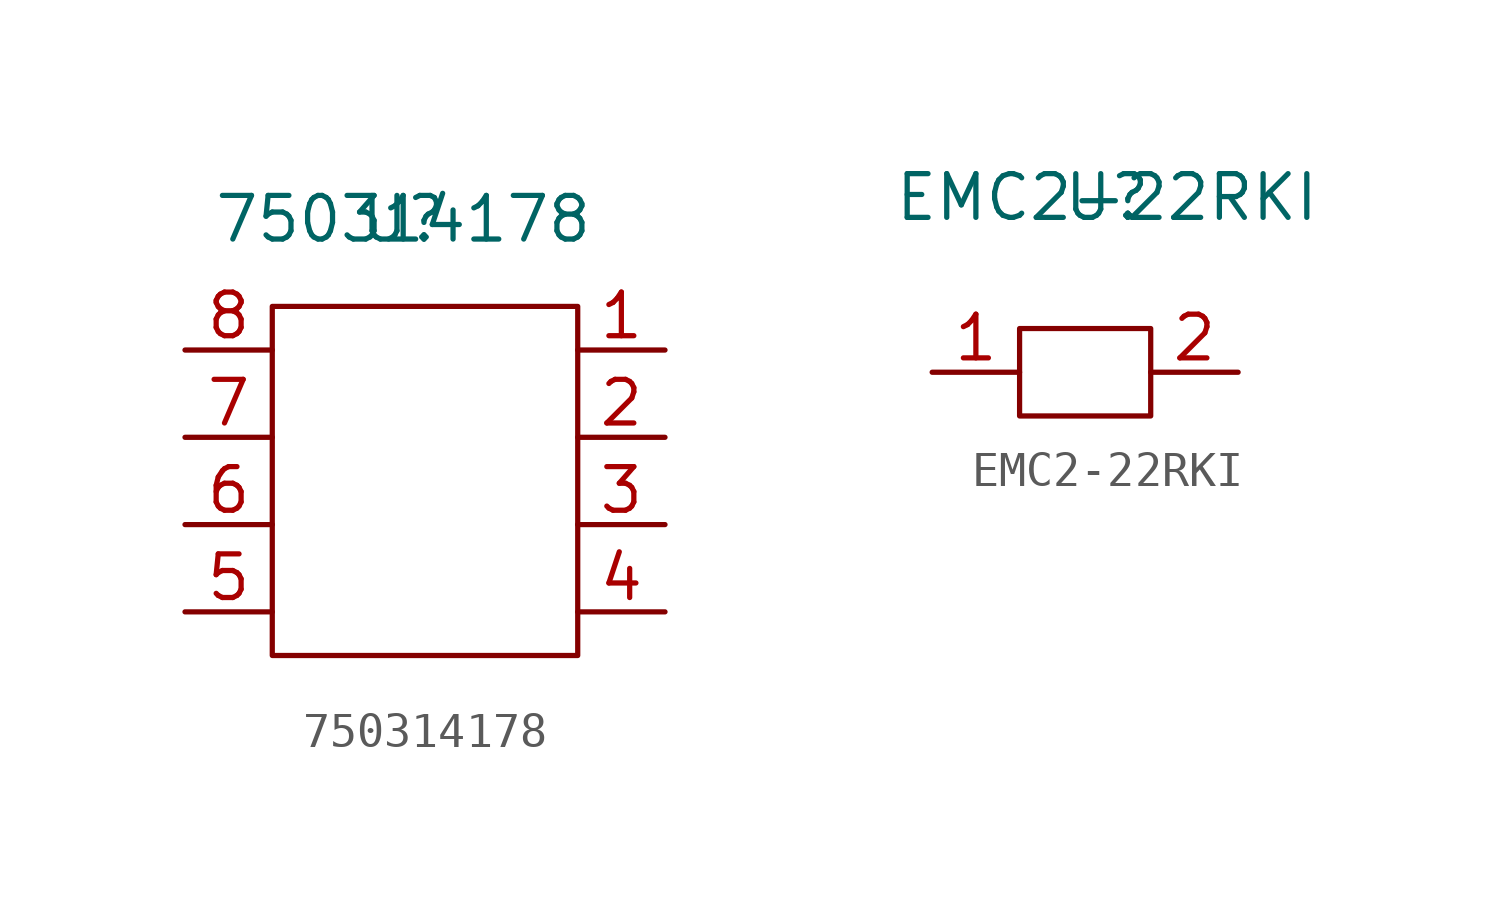
<source format=kicad_sym>
(kicad_symbol_lib
  (version 20211014)
  (generator kicad_symbol_editor)
  (symbol "750314178"
    (property "Reference" "U"
      (at 2.54 3.81 0)
      (effects (font (size 1.27 1.27))))
    (property "Value" "750314178"
      (at 2.54 3.81 0)
      (effects (font (size 1.27 1.27))))
    (symbol "750314178_0_1"
      (rectangle (start -1.27 1.27) (end 7.62 -8.89) (stroke (width 0) (type default) (color 0 0 0 0)) (fill (type none))))
    (symbol "750314178_1_1"
      (pin input line (at 7.62 0 0) (length 2.54) (name "" (effects (font (size 1.27 1.27)))) (number "1" (effects (font (size 1.27 1.27)))))
      (pin input line (at 7.62 -2.54 0) (length 2.54) (name "" (effects (font (size 1.27 1.27)))) (number "2" (effects (font (size 1.27 1.27)))))
      (pin input line (at 7.62 -5.08 0) (length 2.54) (name "" (effects (font (size 1.27 1.27)))) (number "3" (effects (font (size 1.27 1.27)))))
      (pin input line (at 7.62 -7.62 0) (length 2.54) (name "" (effects (font (size 1.27 1.27)))) (number "4" (effects (font (size 1.27 1.27)))))
      (pin input line (at -1.27 -7.62 180) (length 2.54) (name "" (effects (font (size 1.27 1.27)))) (number "5" (effects (font (size 1.27 1.27)))))
      (pin input line (at -1.27 -5.08 180) (length 2.54) (name "" (effects (font (size 1.27 1.27)))) (number "6" (effects (font (size 1.27 1.27)))))
      (pin input line (at -1.27 -2.54 180) (length 2.54) (name "" (effects (font (size 1.27 1.27)))) (number "7" (effects (font (size 1.27 1.27)))))
      (pin input line (at -1.27 0 180) (length 2.54) (name "" (effects (font (size 1.27 1.27)))) (number "8" (effects (font (size 1.27 1.27)))))))
  (symbol "EMC2-22RKI"
    (property "Reference" "U"
      (at 0 0 0)
      (effects (font (size 1.27 1.27))))
    (property "Value" "EMC2-22RKI"
      (at 0 0 0)
      (effects (font (size 1.27 1.27))))
    (symbol "EMC2-22RKI_0_1"
      (rectangle (start -2.54 -3.81) (end 1.27 -6.35) (stroke (width 0) (type default) (color 0 0 0 0)) (fill (type none))))
    (symbol "EMC2-22RKI_1_1"
      (pin input line (at -2.54 -5.08 180) (length 2.54) (name "" (effects (font (size 1.27 1.27)))) (number "1" (effects (font (size 1.27 1.27)))))
      (pin input line (at 1.27 -5.08 0) (length 2.54) (name "" (effects (font (size 1.27 1.27)))) (number "2" (effects (font (size 1.27 1.27))))))))
</source>
